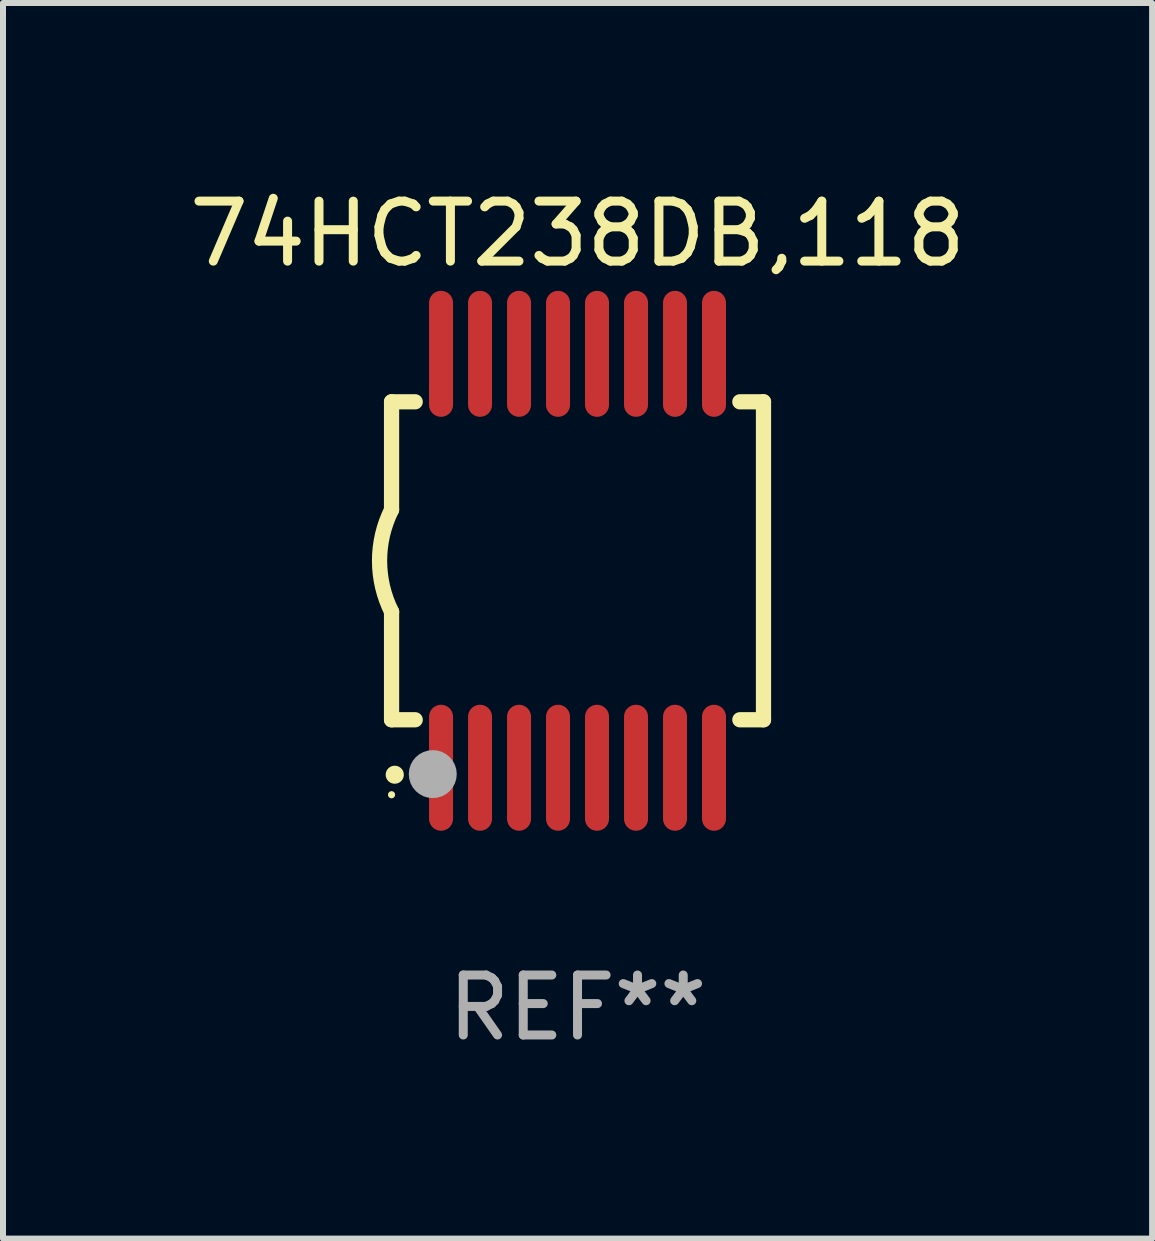
<source format=kicad_pcb>
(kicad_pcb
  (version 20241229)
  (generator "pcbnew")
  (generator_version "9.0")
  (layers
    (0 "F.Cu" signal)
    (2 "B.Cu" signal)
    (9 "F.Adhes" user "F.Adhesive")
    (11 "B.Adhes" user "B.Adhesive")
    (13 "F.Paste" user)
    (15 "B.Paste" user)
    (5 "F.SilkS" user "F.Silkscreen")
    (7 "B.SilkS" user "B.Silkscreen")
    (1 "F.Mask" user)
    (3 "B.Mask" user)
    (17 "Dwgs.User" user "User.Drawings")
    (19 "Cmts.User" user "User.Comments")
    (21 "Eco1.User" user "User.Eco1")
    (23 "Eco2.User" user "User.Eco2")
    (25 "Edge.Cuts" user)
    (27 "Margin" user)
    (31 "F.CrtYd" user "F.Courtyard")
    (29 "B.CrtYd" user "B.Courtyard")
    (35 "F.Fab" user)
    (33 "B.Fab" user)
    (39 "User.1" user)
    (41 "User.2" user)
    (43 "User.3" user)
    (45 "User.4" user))
  (footprint "74HCT238DB,118"
    (layer "F.Cu")
    (at 6.577 6.298)
    (property "Reference" "74HCT238DB,118" (at 0 -5.45 0) (layer "F.SilkS") (effects (font (size 1 1) (thickness 0.15))))
    (attr through_hole)
    (fp_line (start -3.1 -2.65) (end -3.1 -0.85) (stroke (width 0.254) (type solid)) (layer "F.SilkS"))
    (fp_line (start -3.1 -2.65) (end -2.706 -2.65) (stroke (width 0.254) (type solid)) (layer "F.SilkS"))
    (fp_line (start -3.1 2.65) (end -3.1 0.85) (stroke (width 0.254) (type solid)) (layer "F.SilkS"))
    (fp_line (start -3.1 2.65) (end -2.706 2.65) (stroke (width 0.254) (type solid)) (layer "F.SilkS"))
    (fp_line (start 2.706 -2.65) (end 3.1 -2.65) (stroke (width 0.254) (type solid)) (layer "F.SilkS"))
    (fp_line (start 2.706 2.65) (end 3.1 2.65) (stroke (width 0.254) (type solid)) (layer "F.SilkS"))
    (fp_line (start 3.1 -2.65) (end 3.1 2.65) (stroke (width 0.254) (type solid)) (layer "F.SilkS"))
    (fp_arc (start -3.098907 0.850902) (mid -3.300057 0.000523) (end -3.1 -0.850114) (stroke (width 0.254001) (type solid)) (layer "F.SilkS"))
    (fp_arc (start -3.048006 3.566066) (mid -3.046736 3.566061) (end -3.045466 3.566066) (stroke (width 0.3) (type solid)) (layer "F.SilkS"))
    (fp_circle (center -3.1 3.9) (end -3.07 3.9) (stroke (width 0.06) (type solid)) (fill no) (layer "F.SilkS"))
    (fp_circle (center -2.413 3.556) (end -2.213 3.556) (stroke (width 0.4) (type solid)) (fill no) (layer "F.Fab"))
    (fp_text user "REF**" (at 0 7.45 0) (layer "F.Fab") (effects (font (size 1 1) (thickness 0.15))))
    (pad "1" smd oval (at -2.275 3.45 180) (size 0.4 2.1) (layers "F.Cu" "F.Mask" "F.Paste"))
    (pad "2" smd oval (at -1.625 3.45 180) (size 0.4 2.1) (layers "F.Cu" "F.Mask" "F.Paste"))
    (pad "3" smd oval (at -0.975 3.45 180) (size 0.4 2.1) (layers "F.Cu" "F.Mask" "F.Paste"))
    (pad "4" smd oval (at -0.325 3.45 180) (size 0.4 2.1) (layers "F.Cu" "F.Mask" "F.Paste"))
    (pad "5" smd oval (at 0.325 3.45 180) (size 0.4 2.1) (layers "F.Cu" "F.Mask" "F.Paste"))
    (pad "6" smd oval (at 0.975 3.45 180) (size 0.4 2.1) (layers "F.Cu" "F.Mask" "F.Paste"))
    (pad "7" smd oval (at 1.625 3.45 180) (size 0.4 2.1) (layers "F.Cu" "F.Mask" "F.Paste"))
    (pad "8" smd oval (at 2.275 3.45 180) (size 0.4 2.1) (layers "F.Cu" "F.Mask" "F.Paste"))
    (pad "9" smd oval (at 2.275 -3.45 180) (size 0.4 2.1) (layers "F.Cu" "F.Mask" "F.Paste"))
    (pad "10" smd oval (at 1.625 -3.45 180) (size 0.4 2.1) (layers "F.Cu" "F.Mask" "F.Paste"))
    (pad "11" smd oval (at 0.975 -3.45 180) (size 0.4 2.1) (layers "F.Cu" "F.Mask" "F.Paste"))
    (pad "12" smd oval (at 0.325 -3.45 180) (size 0.4 2.1) (layers "F.Cu" "F.Mask" "F.Paste"))
    (pad "13" smd oval (at -0.325 -3.45 180) (size 0.4 2.1) (layers "F.Cu" "F.Mask" "F.Paste"))
    (pad "14" smd oval (at -0.975 -3.45 180) (size 0.4 2.1) (layers "F.Cu" "F.Mask" "F.Paste"))
    (pad "15" smd oval (at -1.625 -3.45 180) (size 0.4 2.1) (layers "F.Cu" "F.Mask" "F.Paste"))
    (pad "16" smd oval (at -2.275 -3.45 180) (size 0.4 2.1) (layers "F.Cu" "F.Mask" "F.Paste")))
  (gr_rect
    (start -3 -3)
    (end 16.155 17.597)
    (stroke (width 0.1) (type default))
    (fill no)
    (layer "Edge.Cuts")))
</source>
